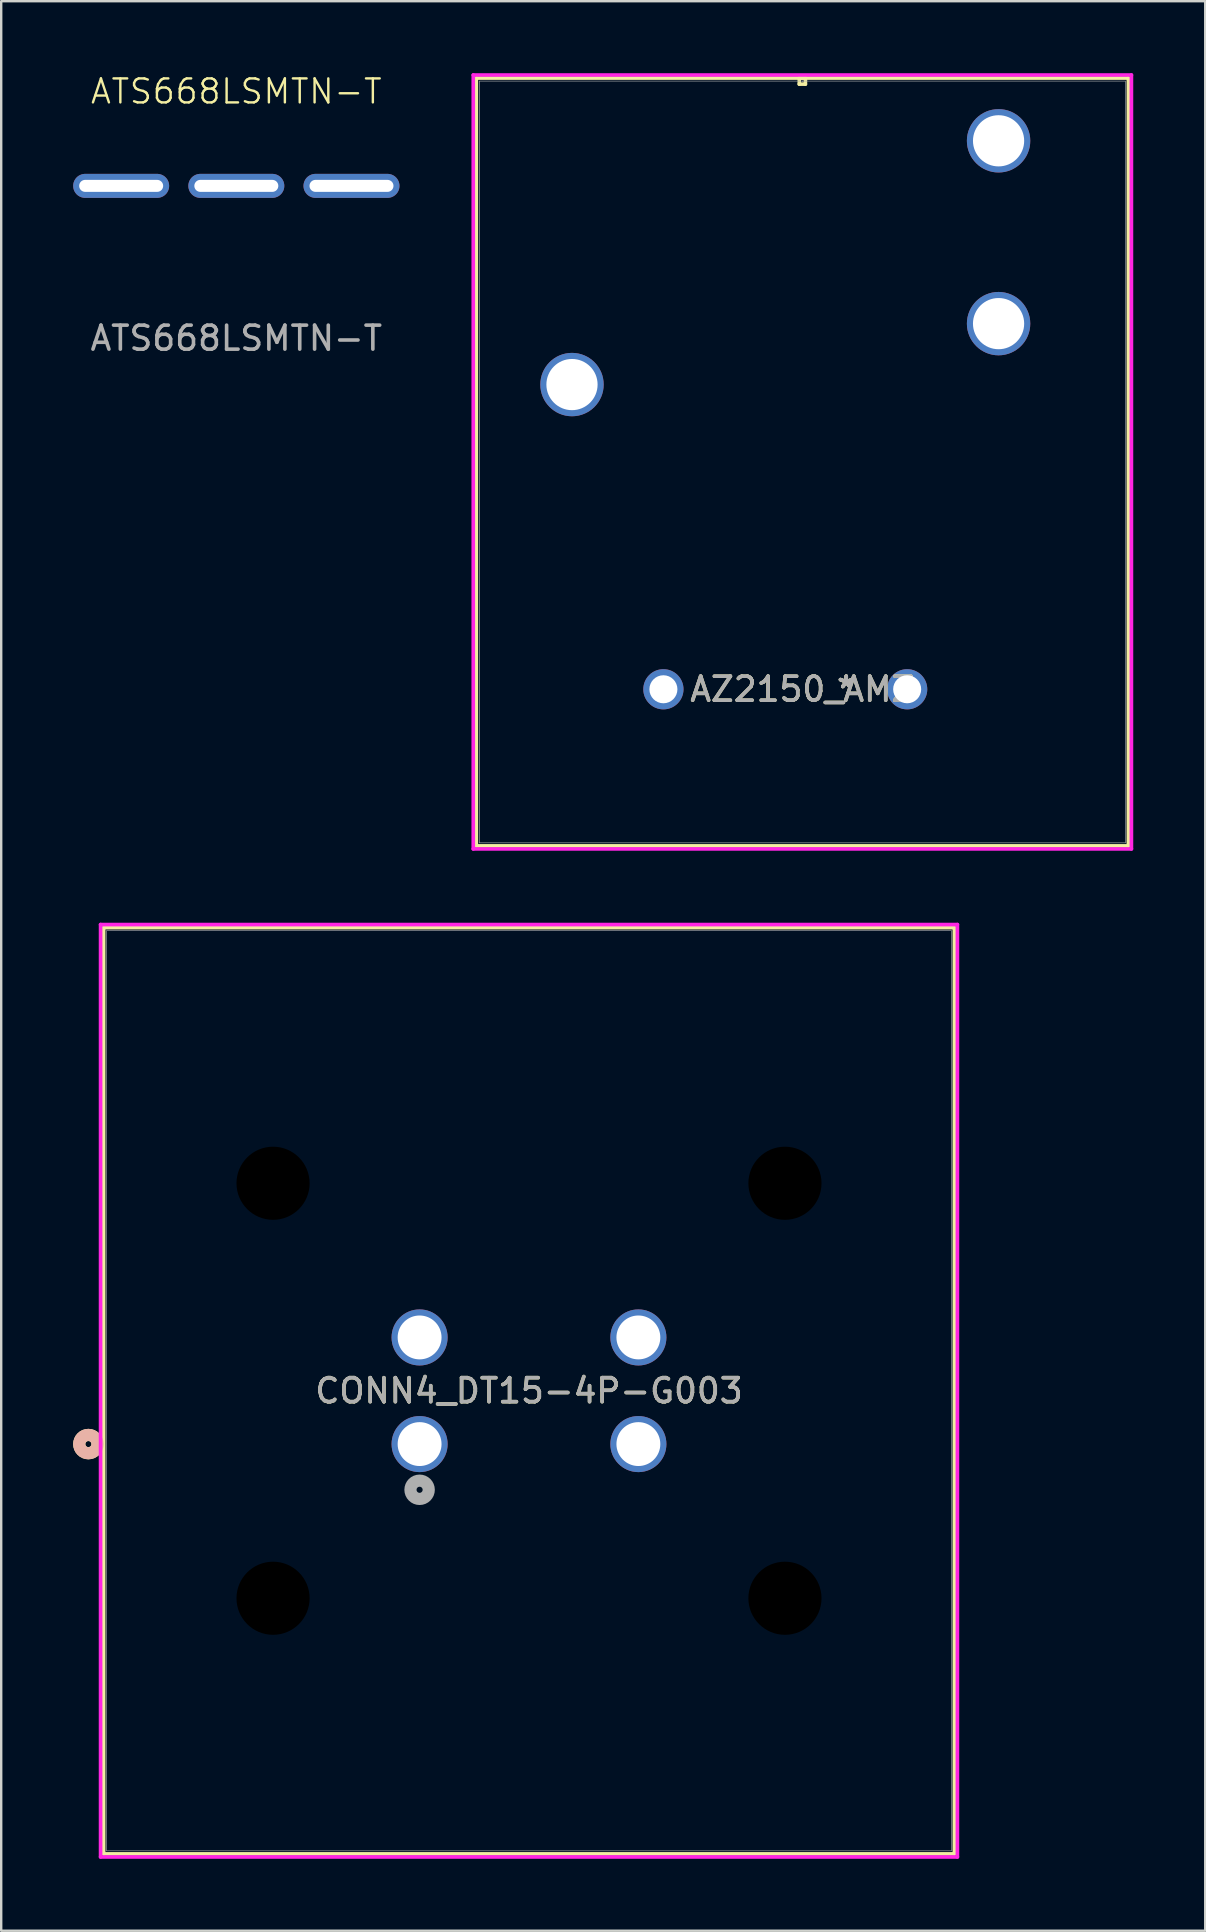
<source format=kicad_pcb>
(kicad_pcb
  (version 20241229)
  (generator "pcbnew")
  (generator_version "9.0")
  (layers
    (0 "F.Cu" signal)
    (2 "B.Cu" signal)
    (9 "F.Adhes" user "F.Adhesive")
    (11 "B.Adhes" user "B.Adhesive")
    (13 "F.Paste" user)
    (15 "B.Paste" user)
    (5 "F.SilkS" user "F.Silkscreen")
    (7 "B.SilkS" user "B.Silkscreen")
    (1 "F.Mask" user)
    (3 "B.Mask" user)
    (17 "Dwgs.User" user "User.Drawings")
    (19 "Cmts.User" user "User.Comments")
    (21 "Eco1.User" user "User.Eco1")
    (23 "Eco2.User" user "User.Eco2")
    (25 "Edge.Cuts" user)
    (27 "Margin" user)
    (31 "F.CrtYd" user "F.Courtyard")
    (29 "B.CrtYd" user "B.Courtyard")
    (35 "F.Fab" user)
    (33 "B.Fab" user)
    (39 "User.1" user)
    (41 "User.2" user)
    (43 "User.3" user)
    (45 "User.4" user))
  (footprint "ATS668LSMTN-T"
    (layer "F.Cu")
    (at 6.8 4.697)
    (property "Reference" "ATS668LSMTN-T" (at 0 -3.937 0) (unlocked yes) (layer "F.SilkS") (effects (font (size 1 1) (thickness 0.1))))
    (attr through_hole)
    (fp_text user "${REFERENCE}" (at 0 6.35 0) (unlocked yes) (layer "F.Fab") (effects (font (size 1 1) (thickness 0.15))))
    (pad "1" thru_hole oval (at -4.8 0) (size 4 1) (drill oval 3.5 0.5) (layers "*.Cu" "*.Mask"))
    (pad "2" thru_hole oval (at 0 0) (size 4 1) (drill oval 3.5 0.5) (layers "*.Cu" "*.Mask"))
    (pad "3" thru_hole oval (at 4.8 0) (size 4 1) (drill oval 3.5 0.5) (layers "*.Cu" "*.Mask")))
  (footprint "CONN4_DT15-4P-G003"
    (layer "F.Cu")
    (at 23.558 52.695)
    (property "Reference" "CONN4_DT15-4P-G003" (at -4.559 2.223 0) (unlocked yes) (layer "F.SilkS") (effects (font (size 1 1) (thickness 0.15))))
    (attr through_hole)
    (fp_line (start -22.288 -17.081) (end -22.288 21.526) (stroke (width 0.152) (type solid)) (layer "F.SilkS"))
    (fp_line (start -22.288 21.526) (end 13.17 21.526) (stroke (width 0.152) (type solid)) (layer "F.SilkS"))
    (fp_line (start 13.17 -17.081) (end -22.288 -17.081) (stroke (width 0.152) (type solid)) (layer "F.SilkS"))
    (fp_line (start 13.17 21.526) (end 13.17 -17.081) (stroke (width 0.152) (type solid)) (layer "F.SilkS"))
    (fp_circle (center -22.924 4.445) (end -22.543 4.445) (stroke (width 0.508) (type solid)) (fill no) (layer "F.SilkS"))
    (fp_circle (center -22.924 4.445) (end -22.543 4.445) (stroke (width 0.508) (type solid)) (fill no) (layer "B.SilkS"))
    (fp_line (start -22.416 -17.209) (end -22.416 21.654) (stroke (width 0.152) (type solid)) (layer "F.CrtYd"))
    (fp_line (start -22.416 21.654) (end 13.297 21.654) (stroke (width 0.152) (type solid)) (layer "F.CrtYd"))
    (fp_line (start 13.297 -17.209) (end -22.416 -17.209) (stroke (width 0.152) (type solid)) (layer "F.CrtYd"))
    (fp_line (start 13.297 21.654) (end 13.297 -17.209) (stroke (width 0.152) (type solid)) (layer "F.CrtYd"))
    (fp_line (start -22.162 -16.954) (end -22.162 21.399) (stroke (width 0.025) (type solid)) (layer "F.Fab"))
    (fp_line (start -22.162 21.399) (end 13.043 21.399) (stroke (width 0.025) (type solid)) (layer "F.Fab"))
    (fp_line (start 13.043 -16.954) (end -22.162 -16.954) (stroke (width 0.025) (type solid)) (layer "F.Fab"))
    (fp_line (start 13.043 21.399) (end 13.043 -16.954) (stroke (width 0.025) (type solid)) (layer "F.Fab"))
    (fp_circle (center -9.119 6.35) (end -8.738 6.35) (stroke (width 0.508) (type solid)) (fill no) (layer "F.Fab"))
    (fp_text user "${REFERENCE}" (at -4.559 2.223 0) (unlocked yes) (layer "F.Fab") (effects (font (size 1 1) (thickness 0.15))))
    (pad "" np_thru_hole circle (at -15.227 -6.426) (size 3.048 3.048) (drill 3.048) (layers))
    (pad "" np_thru_hole circle (at -15.227 10.871) (size 3.048 3.048) (drill 3.048) (layers))
    (pad "" np_thru_hole circle (at 6.109 -6.426) (size 3.048 3.048) (drill 3.048) (layers))
    (pad "" np_thru_hole circle (at 6.109 10.871) (size 3.048 3.048) (drill 3.048) (layers))
    (pad "1" thru_hole circle (at -9.119 4.445) (size 2.337 2.337) (drill 1.829) (layers "*.Cu" "*.Mask"))
    (pad "2" thru_hole circle (at -9.119 0) (size 2.337 2.337) (drill 1.829) (layers "*.Cu" "*.Mask"))
    (pad "3" thru_hole circle (at 0 0) (size 2.337 2.337) (drill 1.829) (layers "*.Cu" "*.Mask"))
    (pad "4" thru_hole circle (at 0 4.445) (size 2.337 2.337) (drill 1.829) (layers "*.Cu" "*.Mask"))
    (zone (net_name "") (layer "F.Cu") (hatch full 0.508) (connect_pads) (min_thickness 0.254) (filled_areas_thickness no) (keepout (tracks not_allowed) (vias not_allowed) (pads allowed) (copperpour not_allowed) (footprints allowed)) (placement (enabled no)) (fill) (polygon (pts (xy 4.128 61.661) (xy 6.261 59.452) (xy 10.173 59.452) (xy 12.332 61.687) (xy 12.332 65.573) (xy 10.173 67.656) (xy 6.312 67.681) (xy 4.128 65.573))))
    (zone (net_name "") (layer "F.Cu") (hatch full 0.508) (connect_pads) (min_thickness 0.254) (filled_areas_thickness no) (keepout (tracks not_allowed) (vias not_allowed) (pads allowed) (copperpour not_allowed) (footprints allowed)) (placement (enabled no)) (fill) (polygon (pts (xy 4.255 44.364) (xy 6.388 42.154) (xy 10.3 42.154) (xy 12.459 44.389) (xy 12.459 48.276) (xy 10.3 50.358) (xy 6.439 50.384) (xy 4.255 48.276))))
    (zone (net_name "") (layer "F.Cu") (hatch full 0.508) (connect_pads) (min_thickness 0.254) (filled_areas_thickness no) (keepout (tracks not_allowed) (vias not_allowed) (pads allowed) (copperpour not_allowed) (footprints allowed)) (placement (enabled no)) (fill) (polygon (pts (xy 14.541 67.859) (xy 16.675 65.649) (xy 20.587 65.649) (xy 22.746 67.884) (xy 22.746 71.77) (xy 20.587 73.853) (xy 16.726 73.879) (xy 14.541 71.77))))
    (zone (net_name "") (layer "F.Cu") (hatch full 0.508) (connect_pads) (min_thickness 0.254) (filled_areas_thickness no) (keepout (tracks not_allowed) (vias not_allowed) (pads allowed) (copperpour not_allowed) (footprints allowed)) (placement (enabled no)) (fill) (polygon (pts (xy 14.922 38.293) (xy 17.056 36.084) (xy 20.968 36.084) (xy 23.127 38.319) (xy 23.127 42.205) (xy 20.968 44.288) (xy 17.107 44.313) (xy 14.922 42.205))))
    (zone (net_name "") (layer "F.Cu") (hatch full 0.508) (connect_pads) (min_thickness 0.254) (filled_areas_thickness no) (keepout (tracks not_allowed) (vias not_allowed) (pads allowed) (copperpour not_allowed) (footprints allowed)) (placement (enabled no)) (fill) (polygon (pts (xy 25.413 44.542) (xy 27.546 42.332) (xy 31.458 42.332) (xy 33.617 44.567) (xy 33.617 48.453) (xy 31.458 50.536) (xy 27.597 50.562) (xy 25.413 48.453))))
    (zone (net_name "") (layer "F.Cu") (hatch full 0.508) (connect_pads) (min_thickness 0.254) (filled_areas_thickness no) (keepout (tracks not_allowed) (vias not_allowed) (pads allowed) (copperpour not_allowed) (footprints allowed)) (placement (enabled no)) (fill) (polygon (pts (xy 25.565 61.814) (xy 27.699 59.604) (xy 31.61 59.604) (xy 33.769 61.839) (xy 33.769 65.725) (xy 31.61 67.808) (xy 27.75 67.834) (xy 25.565 65.725)))))
  (footprint "AZ2150_AMZ"
    (layer "F.Cu")
    (at 34.761 25.679)
    (property "Reference" "AZ2150_AMZ" (at -4.369 0 0) (unlocked yes) (layer "F.SilkS") (effects (font (size 1 1) (thickness 0.15))))
    (attr through_hole)
    (fp_line (start -17.958 -25.476) (end -17.958 6.528) (stroke (width 0.152) (type solid)) (layer "F.SilkS"))
    (fp_line (start -17.958 6.528) (end 9.22 6.528) (stroke (width 0.152) (type solid)) (layer "F.SilkS"))
    (fp_line (start -4.496 -25.476) (end -4.496 -25.222) (stroke (width 0.152) (type solid)) (layer "F.SilkS"))
    (fp_line (start -4.496 -25.222) (end -4.242 -25.222) (stroke (width 0.152) (type solid)) (layer "F.SilkS"))
    (fp_line (start -4.242 -25.476) (end -4.496 -25.476) (stroke (width 0.152) (type solid)) (layer "F.SilkS"))
    (fp_line (start -4.242 -25.222) (end -4.242 -25.476) (stroke (width 0.152) (type solid)) (layer "F.SilkS"))
    (fp_line (start 9.22 -25.476) (end -17.958 -25.476) (stroke (width 0.152) (type solid)) (layer "F.SilkS"))
    (fp_line (start 9.22 6.528) (end 9.22 -25.476) (stroke (width 0.152) (type solid)) (layer "F.SilkS"))
    (fp_line (start -18.085 -25.603) (end -18.085 6.655) (stroke (width 0.152) (type solid)) (layer "F.CrtYd"))
    (fp_line (start -18.085 6.655) (end 9.347 6.655) (stroke (width 0.152) (type solid)) (layer "F.CrtYd"))
    (fp_line (start 9.347 -25.603) (end -18.085 -25.603) (stroke (width 0.152) (type solid)) (layer "F.CrtYd"))
    (fp_line (start 9.347 6.655) (end 9.347 -25.603) (stroke (width 0.152) (type solid)) (layer "F.CrtYd"))
    (fp_line (start -17.831 -25.349) (end -17.831 6.401) (stroke (width 0.025) (type solid)) (layer "F.Fab"))
    (fp_line (start -17.831 6.401) (end 9.093 6.401) (stroke (width 0.025) (type solid)) (layer "F.Fab"))
    (fp_line (start -4.369 -25.349) (end -4.369 -25.349) (stroke (width 0.025) (type solid)) (layer "F.Fab"))
    (fp_line (start -4.369 -25.349) (end -4.369 -25.349) (stroke (width 0.025) (type solid)) (layer "F.Fab"))
    (fp_line (start -4.369 -25.349) (end -4.369 -25.349) (stroke (width 0.025) (type solid)) (layer "F.Fab"))
    (fp_line (start -4.369 -25.349) (end -4.369 -25.349) (stroke (width 0.025) (type solid)) (layer "F.Fab"))
    (fp_line (start 9.093 -25.349) (end -17.831 -25.349) (stroke (width 0.025) (type solid)) (layer "F.Fab"))
    (fp_line (start 9.093 6.401) (end 9.093 -25.349) (stroke (width 0.025) (type solid)) (layer "F.Fab"))
    (fp_text user "*" (at -2.54 0 0) (layer "F.SilkS") (effects (font (size 1 1) (thickness 0.15))))
    (fp_text user "*" (at -2.54 0 0) (unlocked yes) (layer "F.SilkS") (effects (font (size 1 1) (thickness 0.15))))
    (fp_text user "*" (at -2.54 0 0) (unlocked yes) (layer "F.Fab") (effects (font (size 1 1) (thickness 0.15))))
    (fp_text user "${REFERENCE}" (at -4.369 0 0) (unlocked yes) (layer "F.Fab") (effects (font (size 1 1) (thickness 0.15))))
    (fp_text user "*" (at -2.54 0 0) (layer "F.Fab") (effects (font (size 1 1) (thickness 0.15))))
    (pad "1" thru_hole circle (at 0 0) (size 1.676 1.676) (drill 1.168) (layers "*.Cu" "*.Mask"))
    (pad "2" thru_hole circle (at 3.81 -15.24) (size 2.642 2.642) (drill 2.134) (layers "*.Cu" "*.Mask"))
    (pad "3" thru_hole circle (at 3.81 -22.86) (size 2.642 2.642) (drill 2.134) (layers "*.Cu" "*.Mask"))
    (pad "4" thru_hole circle (at -13.97 -12.7) (size 2.642 2.642) (drill 2.134) (layers "*.Cu" "*.Mask"))
    (pad "5" thru_hole circle (at -10.16 0) (size 1.676 1.676) (drill 1.168) (layers "*.Cu" "*.Mask")))
  (gr_rect
    (start -3 -3)
    (end 47.184 77.425)
    (stroke (width 0.1) (type default))
    (fill no)
    (layer "Edge.Cuts")))
</source>
